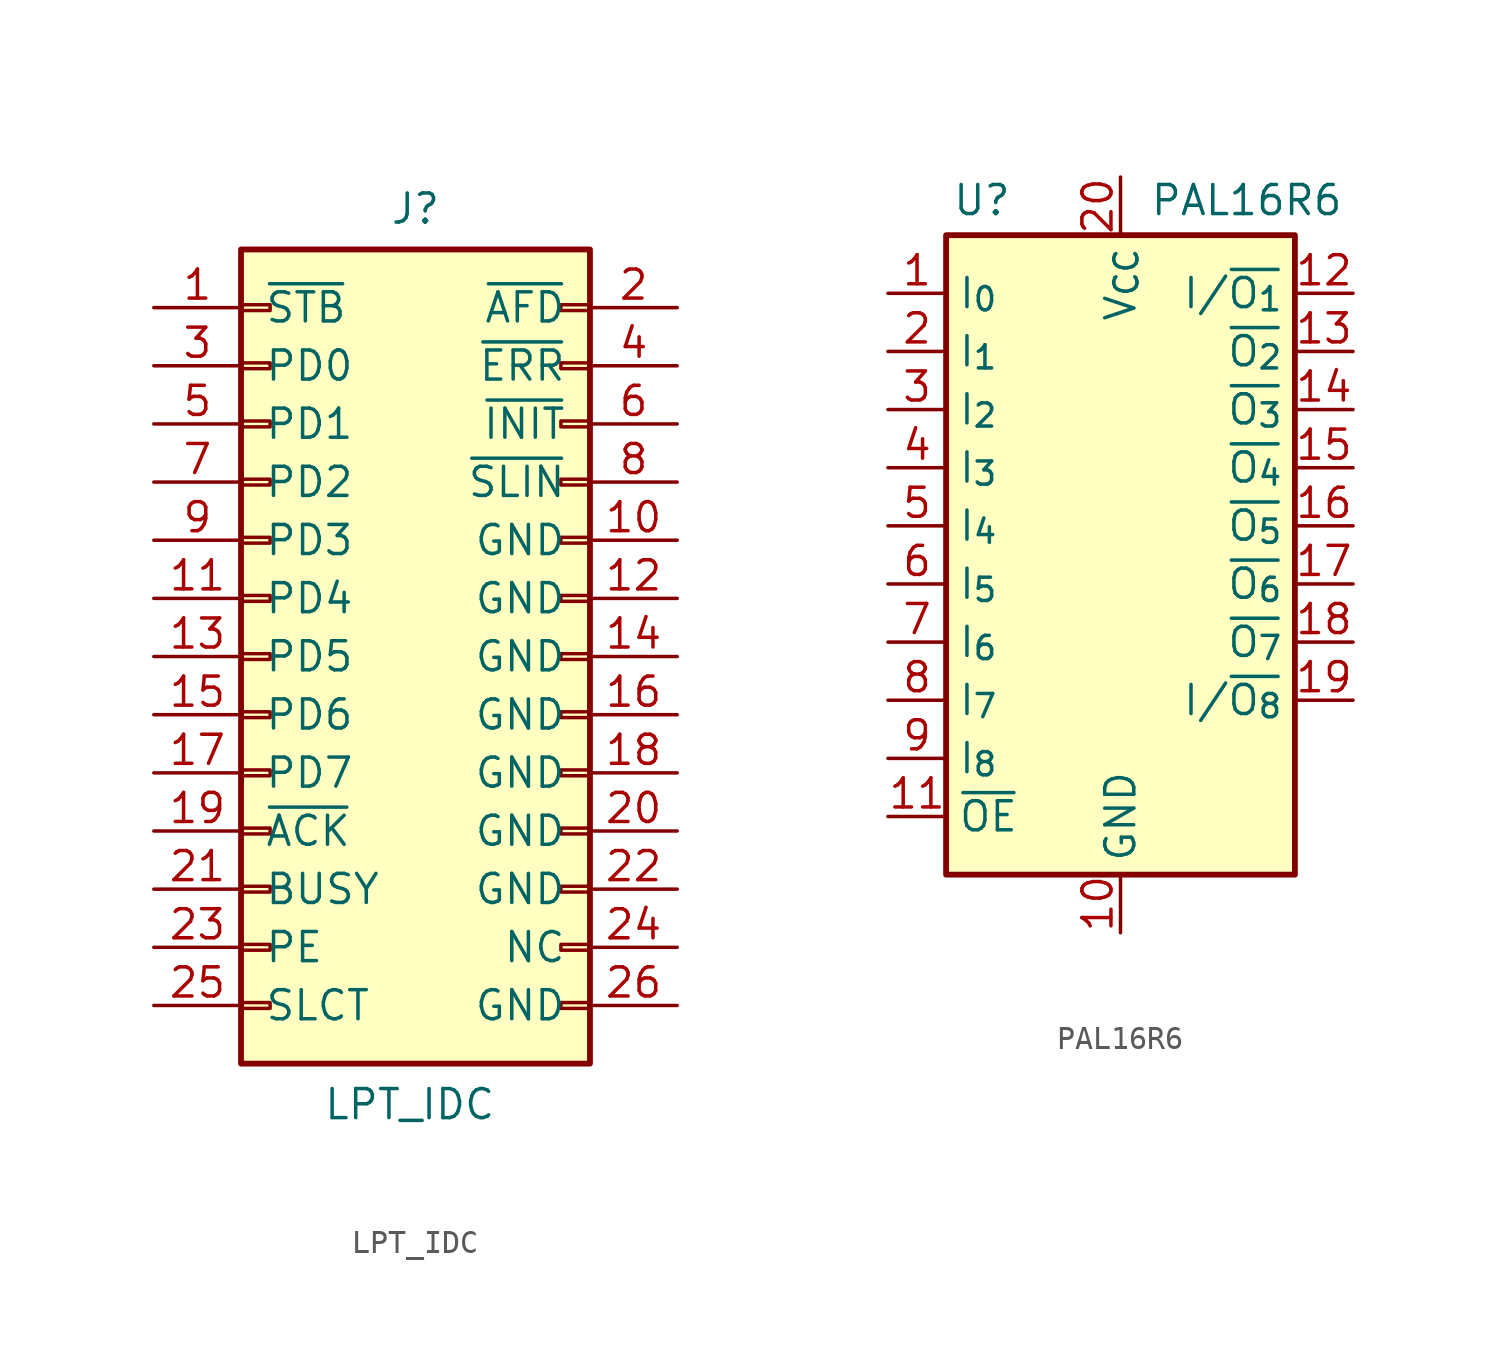
<source format=kicad_sym>
(kicad_symbol_lib
  (version 20241209)
  (generator "kicad_symbol_editor")
  (generator_version "9.0")
  (symbol "LPT_IDC"
    (pin_names
      (offset 1.016))
    (property "Reference" "J"
      (at 0 19.558 0)
      (effects (font (size 1.27 1.27))))
    (property "Value" "LPT_IDC"
      (at -0.254 -19.558 0)
      (effects (font (size 1.27 1.27))))
    (symbol "LPT_IDC_1_1"
      (rectangle (start -7.62 17.78) (end 7.62 -17.78) (stroke (width 0.254) (type default)) (fill (type background)))
      (rectangle (start -7.62 15.367) (end -6.35 15.113) (stroke (width 0.152) (type default)) (fill (type none)))
      (rectangle (start -7.62 12.827) (end -6.35 12.573) (stroke (width 0.152) (type default)) (fill (type none)))
      (rectangle (start -7.62 10.287) (end -6.35 10.033) (stroke (width 0.152) (type default)) (fill (type none)))
      (rectangle (start -7.62 7.747) (end -6.35 7.493) (stroke (width 0.152) (type default)) (fill (type none)))
      (rectangle (start -7.62 5.207) (end -6.35 4.953) (stroke (width 0.152) (type default)) (fill (type none)))
      (rectangle (start -7.62 2.667) (end -6.35 2.413) (stroke (width 0.152) (type default)) (fill (type none)))
      (rectangle (start -7.62 0.127) (end -6.35 -0.127) (stroke (width 0.152) (type default)) (fill (type none)))
      (rectangle (start -7.62 -2.413) (end -6.35 -2.667) (stroke (width 0.152) (type default)) (fill (type none)))
      (rectangle (start -7.62 -4.953) (end -6.35 -5.207) (stroke (width 0.152) (type default)) (fill (type none)))
      (rectangle (start -7.62 -7.493) (end -6.35 -7.747) (stroke (width 0.152) (type default)) (fill (type none)))
      (rectangle (start -7.62 -10.033) (end -6.35 -10.287) (stroke (width 0.152) (type default)) (fill (type none)))
      (rectangle (start -7.62 -12.573) (end -6.35 -12.827) (stroke (width 0.152) (type default)) (fill (type none)))
      (rectangle (start -7.62 -15.113) (end -6.35 -15.367) (stroke (width 0.152) (type default)) (fill (type none)))
      (rectangle (start 6.35 15.367) (end 7.62 15.113) (stroke (width 0.152) (type default)) (fill (type none)))
      (rectangle (start 7.62 12.827) (end 6.35 12.573) (stroke (width 0.152) (type default)) (fill (type none)))
      (rectangle (start 7.62 10.287) (end 6.35 10.033) (stroke (width 0.152) (type default)) (fill (type none)))
      (rectangle (start 7.62 7.747) (end 6.35 7.493) (stroke (width 0.152) (type default)) (fill (type none)))
      (rectangle (start 7.62 5.207) (end 6.35 4.953) (stroke (width 0.152) (type default)) (fill (type none)))
      (rectangle (start 7.62 2.667) (end 6.35 2.413) (stroke (width 0.152) (type default)) (fill (type none)))
      (rectangle (start 7.62 0.127) (end 6.35 -0.127) (stroke (width 0.152) (type default)) (fill (type none)))
      (rectangle (start 7.62 -2.413) (end 6.35 -2.667) (stroke (width 0.152) (type default)) (fill (type none)))
      (rectangle (start 7.62 -4.953) (end 6.35 -5.207) (stroke (width 0.152) (type default)) (fill (type none)))
      (rectangle (start 7.62 -7.493) (end 6.35 -7.747) (stroke (width 0.152) (type default)) (fill (type none)))
      (rectangle (start 7.62 -10.033) (end 6.35 -10.287) (stroke (width 0.152) (type default)) (fill (type none)))
      (rectangle (start 7.62 -12.573) (end 6.35 -12.827) (stroke (width 0.152) (type default)) (fill (type none)))
      (rectangle (start 7.62 -15.113) (end 6.35 -15.367) (stroke (width 0.152) (type default)) (fill (type none)))
      (pin output line (at -11.43 15.24 0) (length 3.81) (name "~{STB}" (effects (font (size 1.27 1.27)))) (number "1" (effects (font (size 1.27 1.27)))))
      (pin bidirectional line (at -11.43 12.7 0) (length 3.81) (name "PD0" (effects (font (size 1.27 1.27)))) (number "3" (effects (font (size 1.27 1.27)))))
      (pin bidirectional line (at -11.43 10.16 0) (length 3.81) (name "PD1" (effects (font (size 1.27 1.27)))) (number "5" (effects (font (size 1.27 1.27)))))
      (pin bidirectional line (at -11.43 7.62 0) (length 3.81) (name "PD2" (effects (font (size 1.27 1.27)))) (number "7" (effects (font (size 1.27 1.27)))))
      (pin bidirectional line (at -11.43 5.08 0) (length 3.81) (name "PD3" (effects (font (size 1.27 1.27)))) (number "9" (effects (font (size 1.27 1.27)))))
      (pin bidirectional line (at -11.43 2.54 0) (length 3.81) (name "PD4" (effects (font (size 1.27 1.27)))) (number "11" (effects (font (size 1.27 1.27)))))
      (pin bidirectional line (at -11.43 0 0) (length 3.81) (name "PD5" (effects (font (size 1.27 1.27)))) (number "13" (effects (font (size 1.27 1.27)))))
      (pin bidirectional line (at -11.43 -2.54 0) (length 3.81) (name "PD6" (effects (font (size 1.27 1.27)))) (number "15" (effects (font (size 1.27 1.27)))))
      (pin bidirectional line (at -11.43 -5.08 0) (length 3.81) (name "PD7" (effects (font (size 1.27 1.27)))) (number "17" (effects (font (size 1.27 1.27)))))
      (pin input line (at -11.43 -7.62 0) (length 3.81) (name "~{ACK}" (effects (font (size 1.27 1.27)))) (number "19" (effects (font (size 1.27 1.27)))))
      (pin input line (at -11.43 -10.16 0) (length 3.81) (name "BUSY" (effects (font (size 1.27 1.27)))) (number "21" (effects (font (size 1.27 1.27)))))
      (pin input line (at -11.43 -12.7 0) (length 3.81) (name "PE" (effects (font (size 1.27 1.27)))) (number "23" (effects (font (size 1.27 1.27)))))
      (pin input line (at -11.43 -15.24 0) (length 3.81) (name "SLCT" (effects (font (size 1.27 1.27)))) (number "25" (effects (font (size 1.27 1.27)))))
      (pin output line (at 11.43 15.24 180) (length 3.81) (name "~{AFD}" (effects (font (size 1.27 1.27)))) (number "2" (effects (font (size 1.27 1.27)))))
      (pin input line (at 11.43 12.7 180) (length 3.81) (name "~{ERR}" (effects (font (size 1.27 1.27)))) (number "4" (effects (font (size 1.27 1.27)))))
      (pin output line (at 11.43 10.16 180) (length 3.81) (name "~{INIT}" (effects (font (size 1.27 1.27)))) (number "6" (effects (font (size 1.27 1.27)))))
      (pin output line (at 11.43 7.62 180) (length 3.81) (name "~{SLIN}" (effects (font (size 1.27 1.27)))) (number "8" (effects (font (size 1.27 1.27)))))
      (pin power_in line (at 11.43 5.08 180) (length 3.81) (name "GND" (effects (font (size 1.27 1.27)))) (number "10" (effects (font (size 1.27 1.27)))))
      (pin power_in line (at 11.43 2.54 180) (length 3.81) (name "GND" (effects (font (size 1.27 1.27)))) (number "12" (effects (font (size 1.27 1.27)))))
      (pin power_in line (at 11.43 0 180) (length 3.81) (name "GND" (effects (font (size 1.27 1.27)))) (number "14" (effects (font (size 1.27 1.27)))))
      (pin power_in line (at 11.43 -2.54 180) (length 3.81) (name "GND" (effects (font (size 1.27 1.27)))) (number "16" (effects (font (size 1.27 1.27)))))
      (pin power_in line (at 11.43 -5.08 180) (length 3.81) (name "GND" (effects (font (size 1.27 1.27)))) (number "18" (effects (font (size 1.27 1.27)))))
      (pin power_in line (at 11.43 -7.62 180) (length 3.81) (name "GND" (effects (font (size 1.27 1.27)))) (number "20" (effects (font (size 1.27 1.27)))))
      (pin power_in line (at 11.43 -10.16 180) (length 3.81) (name "GND" (effects (font (size 1.27 1.27)))) (number "22" (effects (font (size 1.27 1.27)))))
      (pin passive line (at 11.43 -12.7 180) (length 3.81) (name "NC" (effects (font (size 1.27 1.27)))) (number "24" (effects (font (size 1.27 1.27)))))
      (pin power_in line (at 11.43 -15.24 180) (length 3.81) (name "GND" (effects (font (size 1.27 1.27)))) (number "26" (effects (font (size 1.27 1.27)))))))
  (symbol "PAL16R6"
    (property "Reference" "U"
      (at -7.366 16.764 0)
      (effects (font (size 1.27 1.27)) (justify left)))
    (property "Value" "PAL16R6"
      (at 1.27 16.764 0)
      (effects (font (size 1.27 1.27)) (justify left)))
    (symbol "PAL16R6_0_0"
      (pin power_in line (at 0 -15.24 90) (length 2.54) (name "GND" (effects (font (size 1.27 1.27)))) (number "10" (effects (font (size 1.27 1.27))))))
    (symbol "PAL16R6_0_1"
      (rectangle (start -7.62 15.24) (end 7.62 -12.7) (stroke (width 0.254) (type default)) (fill (type background))))
    (symbol "PAL16R6_1_0"
      (pin power_in line (at 0 17.78 270) (length 2.54) (name "V_{CC}" (effects (font (size 1.27 1.27)))) (number "20" (effects (font (size 1.27 1.27))))))
    (symbol "PAL16R6_1_1"
      (pin input line (at -10.16 12.7 0) (length 2.54) (name "I_{0}" (effects (font (size 1.27 1.27)))) (number "1" (effects (font (size 1.27 1.27)))))
      (pin input line (at -10.16 10.16 0) (length 2.54) (name "I_{1}" (effects (font (size 1.27 1.27)))) (number "2" (effects (font (size 1.27 1.27)))))
      (pin input line (at -10.16 7.62 0) (length 2.54) (name "I_{2}" (effects (font (size 1.27 1.27)))) (number "3" (effects (font (size 1.27 1.27)))))
      (pin input line (at -10.16 5.08 0) (length 2.54) (name "I_{3}" (effects (font (size 1.27 1.27)))) (number "4" (effects (font (size 1.27 1.27)))))
      (pin input line (at -10.16 2.54 0) (length 2.54) (name "I_{4}" (effects (font (size 1.27 1.27)))) (number "5" (effects (font (size 1.27 1.27)))))
      (pin input line (at -10.16 0 0) (length 2.54) (name "I_{5}" (effects (font (size 1.27 1.27)))) (number "6" (effects (font (size 1.27 1.27)))))
      (pin input line (at -10.16 -2.54 0) (length 2.54) (name "I_{6}" (effects (font (size 1.27 1.27)))) (number "7" (effects (font (size 1.27 1.27)))))
      (pin input line (at -10.16 -5.08 0) (length 2.54) (name "I_{7}" (effects (font (size 1.27 1.27)))) (number "8" (effects (font (size 1.27 1.27)))))
      (pin input line (at -10.16 -7.62 0) (length 2.54) (name "I_{8}" (effects (font (size 1.27 1.27)))) (number "9" (effects (font (size 1.27 1.27)))))
      (pin input line (at -10.16 -10.16 0) (length 2.54) (name "~{OE}" (effects (font (size 1.27 1.27)))) (number "11" (effects (font (size 1.27 1.27)))))
      (pin tri_state line (at 10.16 12.7 180) (length 2.54) (name "I/~{O_{1}}" (effects (font (size 1.27 1.27)))) (number "12" (effects (font (size 1.27 1.27)))))
      (pin bidirectional line (at 10.16 10.16 180) (length 2.54) (name "~{O_{2}}" (effects (font (size 1.27 1.27)))) (number "13" (effects (font (size 1.27 1.27)))))
      (pin bidirectional line (at 10.16 7.62 180) (length 2.54) (name "~{O_{3}}" (effects (font (size 1.27 1.27)))) (number "14" (effects (font (size 1.27 1.27)))))
      (pin bidirectional line (at 10.16 5.08 180) (length 2.54) (name "~{O_{4}}" (effects (font (size 1.27 1.27)))) (number "15" (effects (font (size 1.27 1.27)))))
      (pin bidirectional line (at 10.16 2.54 180) (length 2.54) (name "~{O_{5}}" (effects (font (size 1.27 1.27)))) (number "16" (effects (font (size 1.27 1.27)))))
      (pin bidirectional line (at 10.16 0 180) (length 2.54) (name "~{O_{6}}" (effects (font (size 1.27 1.27)))) (number "17" (effects (font (size 1.27 1.27)))))
      (pin bidirectional line (at 10.16 -2.54 180) (length 2.54) (name "~{O_{7}}" (effects (font (size 1.27 1.27)))) (number "18" (effects (font (size 1.27 1.27)))))
      (pin bidirectional line (at 10.16 -5.08 180) (length 2.54) (name "I/~{O_{8}}" (effects (font (size 1.27 1.27)))) (number "19" (effects (font (size 1.27 1.27))))))))
</source>
